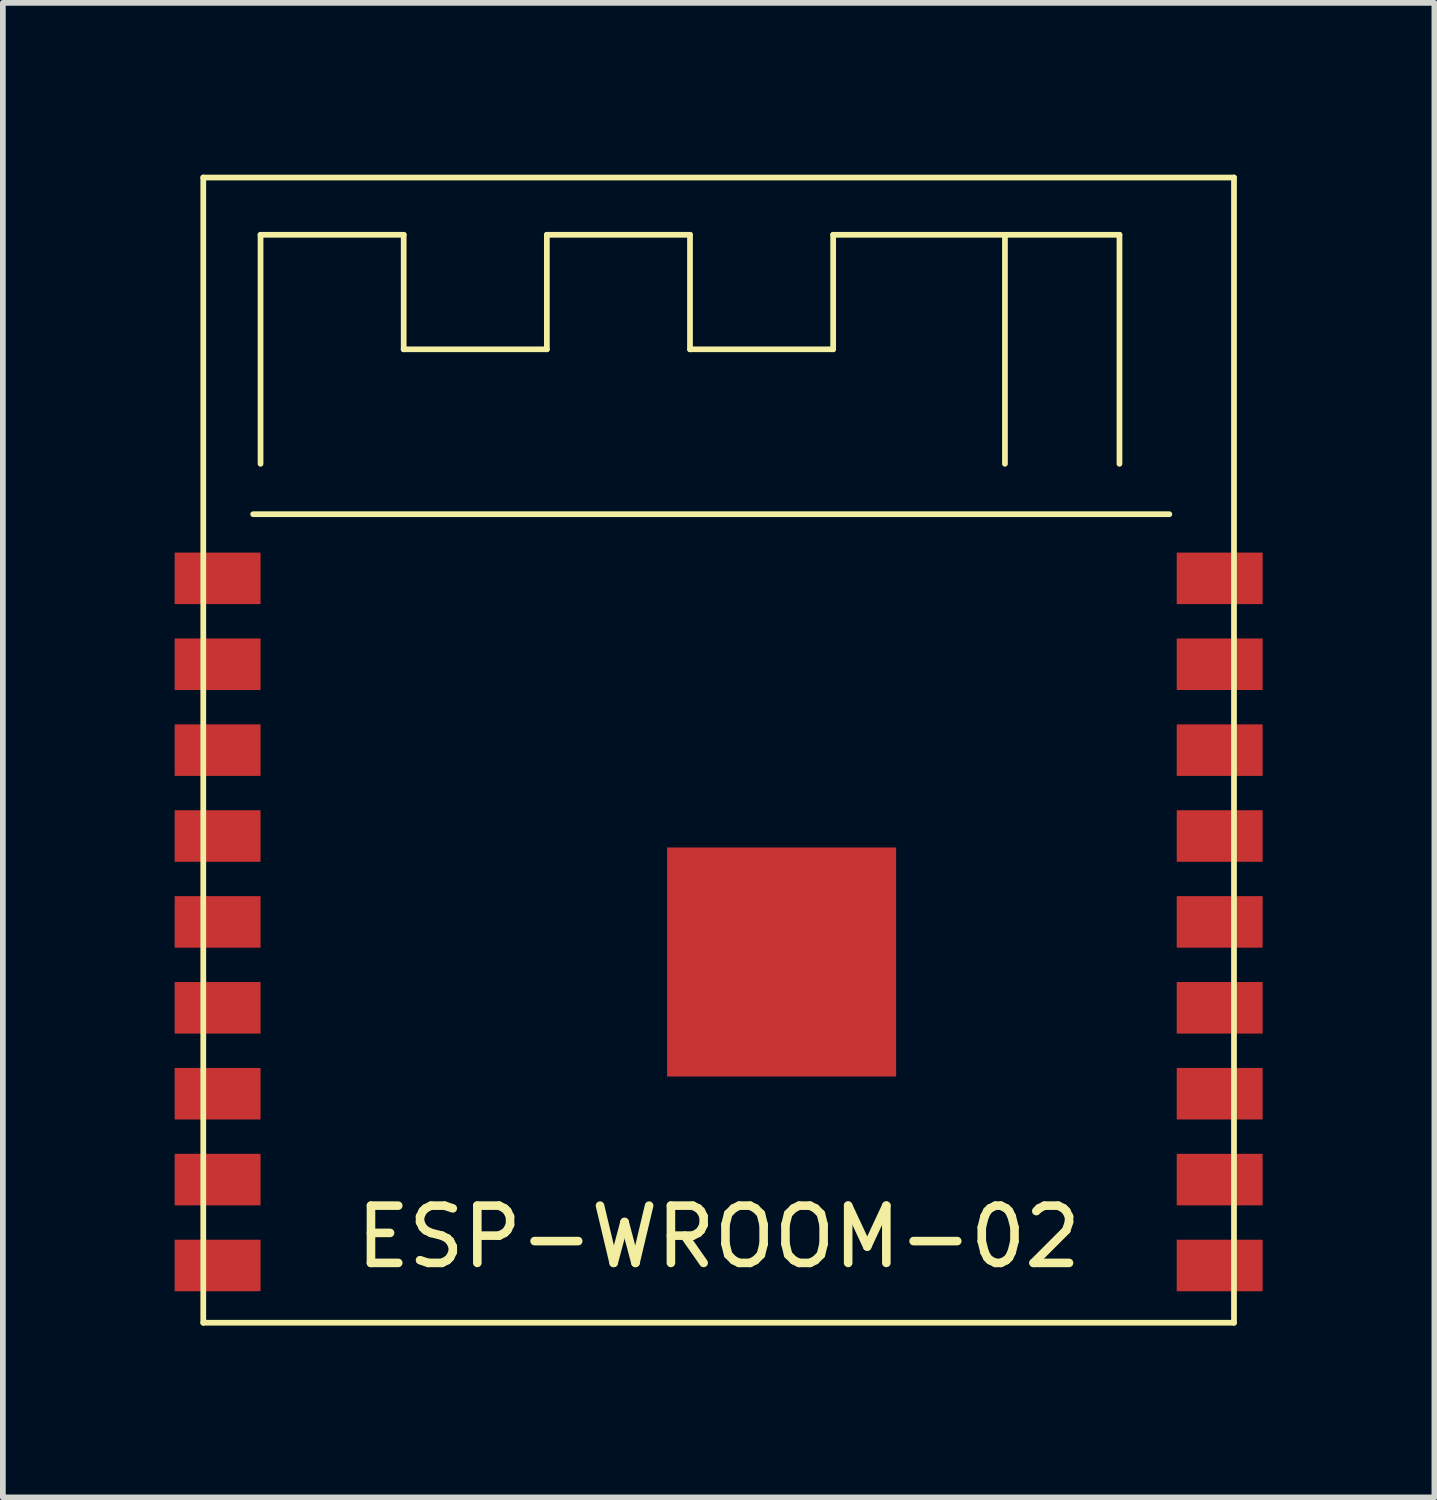
<source format=kicad_pcb>
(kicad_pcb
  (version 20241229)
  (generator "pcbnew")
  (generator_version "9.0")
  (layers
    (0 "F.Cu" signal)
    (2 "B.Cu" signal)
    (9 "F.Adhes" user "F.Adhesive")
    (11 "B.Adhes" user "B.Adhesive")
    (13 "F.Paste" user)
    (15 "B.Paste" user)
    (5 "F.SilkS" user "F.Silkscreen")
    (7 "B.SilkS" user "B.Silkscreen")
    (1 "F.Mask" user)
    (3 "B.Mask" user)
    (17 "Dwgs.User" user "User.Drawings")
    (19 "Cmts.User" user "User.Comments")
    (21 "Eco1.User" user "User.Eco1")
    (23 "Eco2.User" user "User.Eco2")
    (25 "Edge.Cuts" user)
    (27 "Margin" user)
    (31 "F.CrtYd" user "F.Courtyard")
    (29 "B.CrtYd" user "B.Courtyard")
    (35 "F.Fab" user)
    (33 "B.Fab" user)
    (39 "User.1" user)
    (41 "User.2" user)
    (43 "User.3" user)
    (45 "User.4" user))
  (footprint "ESP-WROOM-02"
    (layer "F.Cu")
    (at 9.5 10.05)
    (property "Reference" "ESP-WROOM-02" (at 0 8.5 0) (layer "F.SilkS") (effects (font (size 1 1) (thickness 0.15))))
    (attr through_hole)
    (fp_line (start -9 -10) (end -9 10) (stroke (width 0.1) (type solid)) (layer "F.SilkS"))
    (fp_line (start -8.129 -4.12) (end 7.871 -4.12) (stroke (width 0.1) (type solid)) (layer "F.SilkS"))
    (fp_line (start -8 -9) (end -5.5 -9) (stroke (width 0.1) (type solid)) (layer "F.SilkS"))
    (fp_line (start -8 -5) (end -8 -9) (stroke (width 0.1) (type solid)) (layer "F.SilkS"))
    (fp_line (start -5.5 -9) (end -5.5 -7) (stroke (width 0.1) (type solid)) (layer "F.SilkS"))
    (fp_line (start -5.5 -7) (end -3 -7) (stroke (width 0.1) (type solid)) (layer "F.SilkS"))
    (fp_line (start -3 -9) (end -0.5 -9) (stroke (width 0.1) (type solid)) (layer "F.SilkS"))
    (fp_line (start -3 -7) (end -3 -9) (stroke (width 0.1) (type solid)) (layer "F.SilkS"))
    (fp_line (start -0.5 -9) (end -0.5 -7) (stroke (width 0.1) (type solid)) (layer "F.SilkS"))
    (fp_line (start -0.5 -7) (end 2 -7) (stroke (width 0.1) (type solid)) (layer "F.SilkS"))
    (fp_line (start 2 -9) (end 5 -9) (stroke (width 0.1) (type solid)) (layer "F.SilkS"))
    (fp_line (start 2 -7) (end 2 -9) (stroke (width 0.1) (type solid)) (layer "F.SilkS"))
    (fp_line (start 5 -9) (end 5 -5) (stroke (width 0.1) (type solid)) (layer "F.SilkS"))
    (fp_line (start 5 -9) (end 7 -9) (stroke (width 0.1) (type solid)) (layer "F.SilkS"))
    (fp_line (start 7 -9) (end 7 -5) (stroke (width 0.1) (type solid)) (layer "F.SilkS"))
    (fp_line (start 9 -10) (end -9 -10) (stroke (width 0.1) (type solid)) (layer "F.SilkS"))
    (fp_line (start 9 -10) (end 9 10) (stroke (width 0.1) (type solid)) (layer "F.SilkS"))
    (fp_line (start 9 10) (end -9 10) (stroke (width 0.1) (type solid)) (layer "F.SilkS"))
    (pad "1" smd rect (at -8.75 -3) (size 1.5 0.9) (layers "F.Cu" "F.Mask" "F.Paste"))
    (pad "2" smd rect (at -8.75 -1.5) (size 1.5 0.9) (layers "F.Cu" "F.Mask" "F.Paste"))
    (pad "3" smd rect (at -8.75 0) (size 1.5 0.9) (layers "F.Cu" "F.Mask" "F.Paste"))
    (pad "4" smd rect (at -8.75 1.5) (size 1.5 0.9) (layers "F.Cu" "F.Mask" "F.Paste"))
    (pad "5" smd rect (at -8.75 3) (size 1.5 0.9) (layers "F.Cu" "F.Mask" "F.Paste"))
    (pad "6" smd rect (at -8.75 4.5) (size 1.5 0.9) (layers "F.Cu" "F.Mask" "F.Paste"))
    (pad "7" smd rect (at -8.75 6) (size 1.5 0.9) (layers "F.Cu" "F.Mask" "F.Paste"))
    (pad "8" smd rect (at -8.75 7.5) (size 1.5 0.9) (layers "F.Cu" "F.Mask" "F.Paste"))
    (pad "9" smd rect (at -8.75 9) (size 1.5 0.9) (layers "F.Cu" "F.Mask" "F.Paste"))
    (pad "10" smd rect (at 8.75 9) (size 1.5 0.9) (layers "F.Cu" "F.Mask" "F.Paste"))
    (pad "11" smd rect (at 8.75 7.5) (size 1.5 0.9) (layers "F.Cu" "F.Mask" "F.Paste"))
    (pad "12" smd rect (at 8.75 6) (size 1.5 0.9) (layers "F.Cu" "F.Mask" "F.Paste"))
    (pad "13" smd rect (at 8.75 4.5) (size 1.5 0.9) (layers "F.Cu" "F.Mask" "F.Paste"))
    (pad "14" smd rect (at 8.75 3) (size 1.5 0.9) (layers "F.Cu" "F.Mask" "F.Paste"))
    (pad "15" smd rect (at 8.75 1.5) (size 1.5 0.9) (layers "F.Cu" "F.Mask" "F.Paste"))
    (pad "16" smd rect (at 8.75 0) (size 1.5 0.9) (layers "F.Cu" "F.Mask" "F.Paste"))
    (pad "17" smd rect (at 8.75 -1.5) (size 1.5 0.9) (layers "F.Cu" "F.Mask" "F.Paste"))
    (pad "18" smd rect (at 8.75 -3) (size 1.5 0.9) (layers "F.Cu" "F.Mask" "F.Paste"))
    (pad "19" smd rect (at 1.1 3.7) (size 4 4) (layers "F.Cu" "F.Mask" "F.Paste")))
  (gr_rect
    (start -3 -3)
    (end 22 23.1)
    (stroke (width 0.1) (type default))
    (fill no)
    (layer "Edge.Cuts")))
</source>
